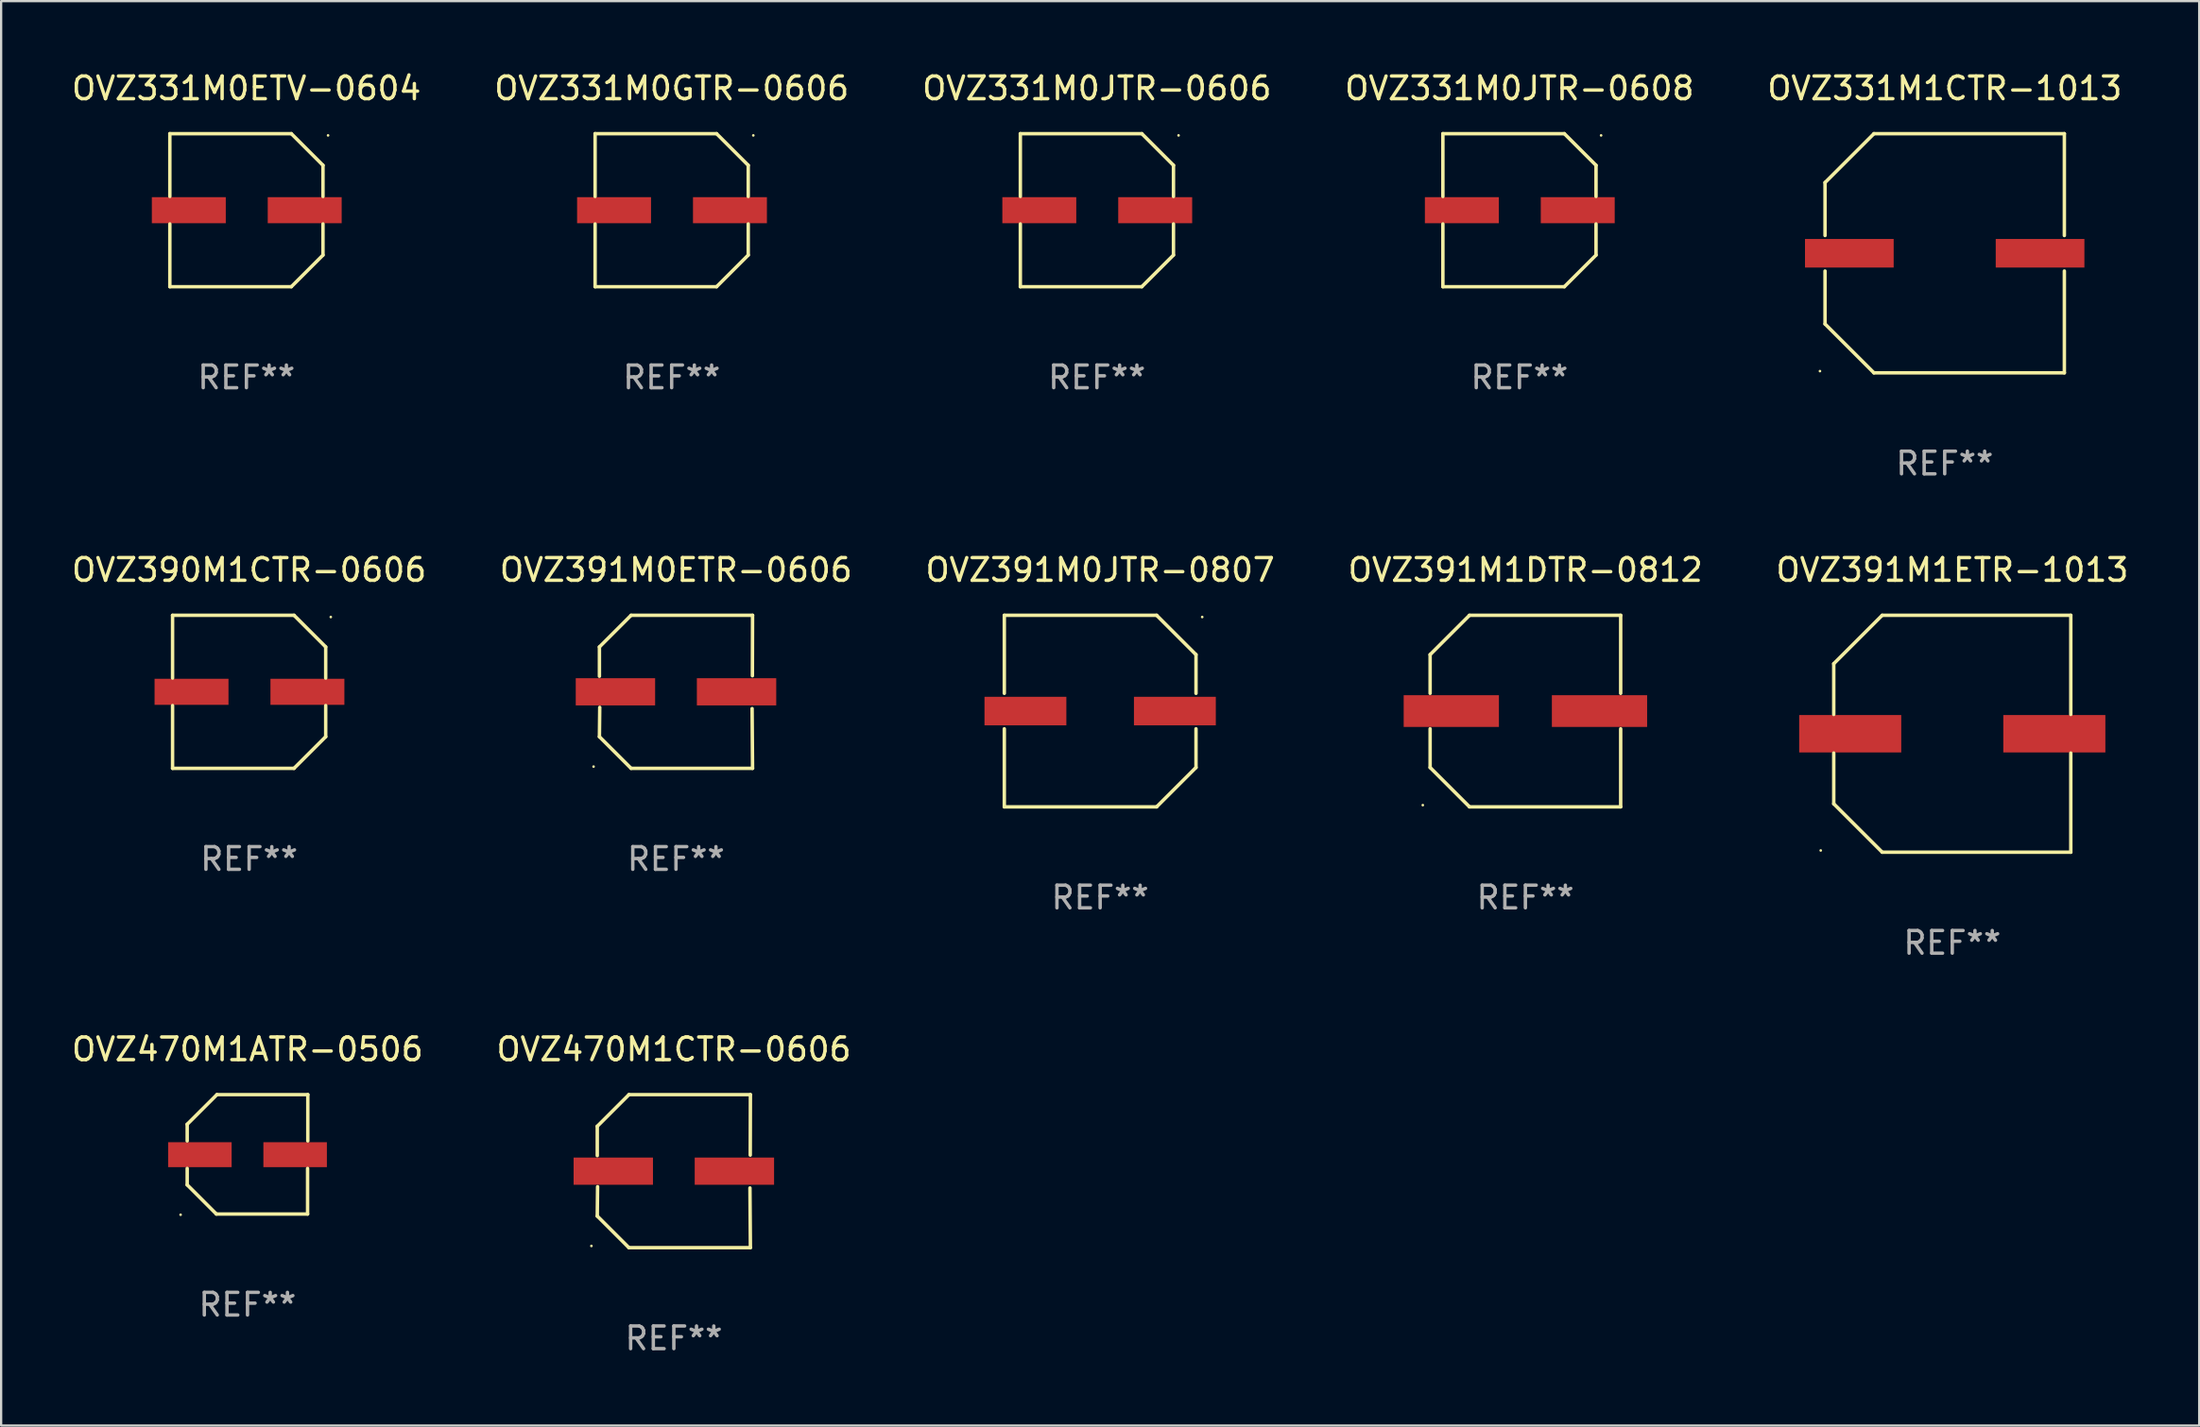
<source format=kicad_pcb>
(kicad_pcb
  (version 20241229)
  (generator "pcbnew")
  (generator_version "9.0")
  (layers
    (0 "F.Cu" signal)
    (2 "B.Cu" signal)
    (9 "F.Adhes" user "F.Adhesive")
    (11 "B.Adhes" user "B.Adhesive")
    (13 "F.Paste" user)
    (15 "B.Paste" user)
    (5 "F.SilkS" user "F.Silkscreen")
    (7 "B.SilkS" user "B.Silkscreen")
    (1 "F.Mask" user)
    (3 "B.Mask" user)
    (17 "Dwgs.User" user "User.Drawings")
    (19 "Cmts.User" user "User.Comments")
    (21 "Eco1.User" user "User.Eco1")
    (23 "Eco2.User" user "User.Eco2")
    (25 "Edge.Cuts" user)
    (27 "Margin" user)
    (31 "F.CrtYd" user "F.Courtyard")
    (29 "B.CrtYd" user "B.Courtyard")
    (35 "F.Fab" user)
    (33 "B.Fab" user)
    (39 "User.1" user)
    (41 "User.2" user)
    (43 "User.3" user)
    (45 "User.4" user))
  (footprint "OVZ331M0ETV-0604"
    (layer "F.Cu")
    (at 7.815 6.224)
    (property "Reference" "OVZ331M0ETV-0604" (at 0 -5.376 0) (layer "F.SilkS") (effects (font (size 1 1) (thickness 0.15))))
    (attr through_hole)
    (fp_line (start -3.376 -3.376) (end 1.98 -3.376) (stroke (width 0.152) (type solid)) (layer "F.SilkS"))
    (fp_line (start -3.376 -0.607) (end -3.376 -3.376) (stroke (width 0.152) (type solid)) (layer "F.SilkS"))
    (fp_line (start -3.376 0.607) (end -3.376 3.376) (stroke (width 0.152) (type solid)) (layer "F.SilkS"))
    (fp_line (start -3.376 3.376) (end 1.98 3.376) (stroke (width 0.152) (type solid)) (layer "F.SilkS"))
    (fp_line (start 1.98 -3.376) (end 3.376 -1.98) (stroke (width 0.152) (type solid)) (layer "F.SilkS"))
    (fp_line (start 1.98 3.376) (end 3.376 1.98) (stroke (width 0.152) (type solid)) (layer "F.SilkS"))
    (fp_line (start 3.376 -1.98) (end 3.376 -0.607) (stroke (width 0.152) (type solid)) (layer "F.SilkS"))
    (fp_line (start 3.376 1.98) (end 3.376 0.607) (stroke (width 0.152) (type solid)) (layer "F.SilkS"))
    (fp_circle (center 3.6 -3.3) (end 3.63 -3.3) (stroke (width 0.06) (type solid)) (fill no) (layer "F.SilkS"))
    (fp_text user "REF**" (at 0 7.376 0) (layer "F.Fab") (effects (font (size 1 1) (thickness 0.15))))
    (pad "1" smd rect (at 2.57 0 180) (size 3.26 1.15) (layers "F.Cu" "F.Mask" "F.Paste"))
    (pad "2" smd rect (at -2.54 0 180) (size 3.26 1.15) (layers "F.Cu" "F.Mask" "F.Paste")))
  (footprint "OVZ391M0JTR-0807"
    (layer "F.Cu")
    (at 45.458 28.323)
    (property "Reference" "OVZ391M0JTR-0807" (at 0 -6.226 0) (layer "F.SilkS") (effects (font (size 1 1) (thickness 0.15))))
    (attr through_hole)
    (fp_line (start -4.226 -4.226) (end 2.49 -4.226) (stroke (width 0.152) (type solid)) (layer "F.SilkS"))
    (fp_line (start -4.226 -0.782) (end -4.226 -4.226) (stroke (width 0.152) (type solid)) (layer "F.SilkS"))
    (fp_line (start -4.226 0.782) (end -4.226 4.226) (stroke (width 0.152) (type solid)) (layer "F.SilkS"))
    (fp_line (start -4.226 4.226) (end 2.49 4.226) (stroke (width 0.152) (type solid)) (layer "F.SilkS"))
    (fp_line (start 2.49 -4.226) (end 4.226 -2.49) (stroke (width 0.152) (type solid)) (layer "F.SilkS"))
    (fp_line (start 2.49 4.226) (end 4.226 2.49) (stroke (width 0.152) (type solid)) (layer "F.SilkS"))
    (fp_line (start 4.226 -2.49) (end 4.226 -0.782) (stroke (width 0.152) (type solid)) (layer "F.SilkS"))
    (fp_line (start 4.226 2.49) (end 4.226 0.782) (stroke (width 0.152) (type solid)) (layer "F.SilkS"))
    (fp_circle (center 4.5 -4.15) (end 4.53 -4.15) (stroke (width 0.06) (type solid)) (fill no) (layer "F.SilkS"))
    (fp_text user "REF**" (at 0 8.226 0) (layer "F.Fab") (effects (font (size 1 1) (thickness 0.15))))
    (pad "1" smd rect (at 3.295 0 180) (size 3.61 1.26) (layers "F.Cu" "F.Mask" "F.Paste"))
    (pad "2" smd rect (at -3.295 0 180) (size 3.61 1.26) (layers "F.Cu" "F.Mask" "F.Paste")))
  (footprint "OVZ331M1CTR-1013"
    (layer "F.Cu")
    (at 82.696 8.124)
    (property "Reference" "OVZ331M1CTR-1013" (at 0 -7.276 0) (layer "F.SilkS") (effects (font (size 1 1) (thickness 0.15))))
    (attr through_hole)
    (fp_line (start -5.276 -3.12) (end -3.12 -5.276) (stroke (width 0.152) (type solid)) (layer "F.SilkS"))
    (fp_line (start -5.276 -0.783) (end -5.276 -3.12) (stroke (width 0.152) (type solid)) (layer "F.SilkS"))
    (fp_line (start -5.276 0.783) (end -5.276 3.12) (stroke (width 0.152) (type solid)) (layer "F.SilkS"))
    (fp_line (start -5.276 3.12) (end -3.12 5.276) (stroke (width 0.152) (type solid)) (layer "F.SilkS"))
    (fp_line (start -3.12 -5.276) (end 5.276 -5.276) (stroke (width 0.152) (type solid)) (layer "F.SilkS"))
    (fp_line (start -3.12 5.276) (end 5.276 5.276) (stroke (width 0.152) (type solid)) (layer "F.SilkS"))
    (fp_line (start 5.276 -5.276) (end 5.276 -0.783) (stroke (width 0.152) (type solid)) (layer "F.SilkS"))
    (fp_line (start 5.276 5.276) (end 5.276 0.783) (stroke (width 0.152) (type solid)) (layer "F.SilkS"))
    (fp_circle (center -5.5 5.2) (end -5.47 5.2) (stroke (width 0.06) (type solid)) (fill no) (layer "F.SilkS"))
    (fp_text user "REF**" (at 0 9.276 0) (layer "F.Fab") (effects (font (size 1 1) (thickness 0.15))))
    (pad "1" smd rect (at -4.205 0) (size 3.91 1.261) (layers "F.Cu" "F.Mask" "F.Paste"))
    (pad "2" smd rect (at 4.205 0) (size 3.91 1.261) (layers "F.Cu" "F.Mask" "F.Paste")))
  (footprint "OVZ331M0JTR-0608"
    (layer "F.Cu")
    (at 63.946 6.224)
    (property "Reference" "OVZ331M0JTR-0608" (at 0 -5.376 0) (layer "F.SilkS") (effects (font (size 1 1) (thickness 0.15))))
    (attr through_hole)
    (fp_line (start -3.376 -3.376) (end 1.98 -3.376) (stroke (width 0.152) (type solid)) (layer "F.SilkS"))
    (fp_line (start -3.376 -0.607) (end -3.376 -3.376) (stroke (width 0.152) (type solid)) (layer "F.SilkS"))
    (fp_line (start -3.376 0.607) (end -3.376 3.376) (stroke (width 0.152) (type solid)) (layer "F.SilkS"))
    (fp_line (start -3.376 3.376) (end 1.98 3.376) (stroke (width 0.152) (type solid)) (layer "F.SilkS"))
    (fp_line (start 1.98 -3.376) (end 3.376 -1.98) (stroke (width 0.152) (type solid)) (layer "F.SilkS"))
    (fp_line (start 1.98 3.376) (end 3.376 1.98) (stroke (width 0.152) (type solid)) (layer "F.SilkS"))
    (fp_line (start 3.376 -1.98) (end 3.376 -0.607) (stroke (width 0.152) (type solid)) (layer "F.SilkS"))
    (fp_line (start 3.376 1.98) (end 3.376 0.607) (stroke (width 0.152) (type solid)) (layer "F.SilkS"))
    (fp_circle (center 3.6 -3.3) (end 3.63 -3.3) (stroke (width 0.06) (type solid)) (fill no) (layer "F.SilkS"))
    (fp_text user "REF**" (at 0 7.376 0) (layer "F.Fab") (effects (font (size 1 1) (thickness 0.15))))
    (pad "1" smd rect (at 2.57 0 180) (size 3.26 1.15) (layers "F.Cu" "F.Mask" "F.Paste"))
    (pad "2" smd rect (at -2.54 0 180) (size 3.26 1.15) (layers "F.Cu" "F.Mask" "F.Paste")))
  (footprint "OVZ391M0ETR-0606"
    (layer "F.Cu")
    (at 26.756 27.473)
    (property "Reference" "OVZ391M0ETR-0606" (at 0 -5.376 0) (layer "F.SilkS") (effects (font (size 1 1) (thickness 0.15))))
    (attr through_hole)
    (fp_line (start -3.376 -1.98) (end -3.376 -0.686) (stroke (width 0.152) (type solid)) (layer "F.SilkS"))
    (fp_line (start -3.376 1.981) (end -3.362 0.686) (stroke (width 0.152) (type solid)) (layer "F.SilkS"))
    (fp_line (start -1.981 3.376) (end -3.376 1.981) (stroke (width 0.152) (type solid)) (layer "F.SilkS"))
    (fp_line (start -1.98 -3.376) (end -3.376 -1.98) (stroke (width 0.152) (type solid)) (layer "F.SilkS"))
    (fp_line (start 3.356 0.74) (end 3.376 3.376) (stroke (width 0.152) (type solid)) (layer "F.SilkS"))
    (fp_line (start 3.369 -0.707) (end 3.376 -3.376) (stroke (width 0.152) (type solid)) (layer "F.SilkS"))
    (fp_line (start 3.376 3.376) (end -1.981 3.376) (stroke (width 0.152) (type solid)) (layer "F.SilkS"))
    (fp_line (start 3.376 -3.376) (end -1.98 -3.376) (stroke (width 0.152) (type solid)) (layer "F.SilkS"))
    (fp_circle (center -3.634 3.3) (end -3.604 3.3) (stroke (width 0.06) (type solid)) (fill no) (layer "F.SilkS"))
    (fp_text user "REF**" (at 0 7.376 0) (layer "F.Fab") (effects (font (size 1 1) (thickness 0.15))))
    (pad "1" smd rect (at -2.67 0.000254) (size 3.5 1.2) (layers "F.Cu" "F.Mask" "F.Paste"))
    (pad "2" smd rect (at 2.67 0.000254) (size 3.5 1.2) (layers "F.Cu" "F.Mask" "F.Paste")))
  (footprint "OVZ391M1ETR-1013"
    (layer "F.Cu")
    (at 83.03 29.323)
    (property "Reference" "OVZ391M1ETR-1013" (at 0 -7.226 0) (layer "F.SilkS") (effects (font (size 1 1) (thickness 0.15))))
    (attr through_hole)
    (fp_line (start -5.226 -3.09) (end -5.226 -0.852) (stroke (width 0.152) (type solid)) (layer "F.SilkS"))
    (fp_line (start -5.226 3.09) (end -5.226 0.852) (stroke (width 0.152) (type solid)) (layer "F.SilkS"))
    (fp_line (start -3.09 -5.226) (end -5.226 -3.09) (stroke (width 0.152) (type solid)) (layer "F.SilkS"))
    (fp_line (start -3.09 5.226) (end -5.226 3.09) (stroke (width 0.152) (type solid)) (layer "F.SilkS"))
    (fp_line (start 5.226 -5.226) (end -3.09 -5.226) (stroke (width 0.152) (type solid)) (layer "F.SilkS"))
    (fp_line (start 5.226 -0.852) (end 5.226 -5.226) (stroke (width 0.152) (type solid)) (layer "F.SilkS"))
    (fp_line (start 5.226 0.852) (end 5.226 5.226) (stroke (width 0.152) (type solid)) (layer "F.SilkS"))
    (fp_line (start 5.226 5.226) (end -3.09 5.226) (stroke (width 0.152) (type solid)) (layer "F.SilkS"))
    (fp_circle (center -5.8 5.15) (end -5.77 5.15) (stroke (width 0.06) (type solid)) (fill no) (layer "F.SilkS"))
    (fp_text user "REF**" (at 0 9.226 0) (layer "F.Fab") (effects (font (size 1 1) (thickness 0.15))))
    (pad "1" smd rect (at -4.5 0) (size 4.5 1.65) (layers "F.Cu" "F.Mask" "F.Paste"))
    (pad "2" smd rect (at 4.5 0) (size 4.5 1.65) (layers "F.Cu" "F.Mask" "F.Paste")))
  (footprint "OVZ470M1ATR-0506"
    (layer "F.Cu")
    (at 7.863 47.88)
    (property "Reference" "OVZ470M1ATR-0506" (at 0 -4.634 0) (layer "F.SilkS") (effects (font (size 1 1) (thickness 0.15))))
    (attr through_hole)
    (fp_line (start -2.659 -1.326) (end -2.659 -0.592) (stroke (width 0.152) (type solid)) (layer "F.SilkS"))
    (fp_line (start -2.659 1.346) (end -2.659 0.622) (stroke (width 0.152) (type solid)) (layer "F.SilkS"))
    (fp_line (start -1.372 2.634) (end -2.659 1.346) (stroke (width 0.152) (type solid)) (layer "F.SilkS"))
    (fp_line (start -1.349 -2.634) (end -2.659 -1.326) (stroke (width 0.152) (type solid)) (layer "F.SilkS"))
    (fp_line (start 2.649 0.622) (end 2.649 2.634) (stroke (width 0.152) (type solid)) (layer "F.SilkS"))
    (fp_line (start 2.649 2.634) (end -1.372 2.634) (stroke (width 0.152) (type solid)) (layer "F.SilkS"))
    (fp_line (start 2.659 -2.634) (end -1.349 -2.634) (stroke (width 0.152) (type solid)) (layer "F.SilkS"))
    (fp_line (start 2.659 -0.592) (end 2.659 -2.634) (stroke (width 0.152) (type solid)) (layer "F.SilkS"))
    (fp_circle (center -2.95 2.665) (end -2.92 2.665) (stroke (width 0.06) (type solid)) (fill no) (layer "F.SilkS"))
    (fp_text user "REF**" (at 0 6.634 0) (layer "F.Fab") (effects (font (size 1 1) (thickness 0.15))))
    (pad "1" smd rect (at -2.1 0.015) (size 2.8 1.1) (layers "F.Cu" "F.Mask" "F.Paste"))
    (pad "2" smd rect (at 2.1 0.015) (size 2.8 1.1) (layers "F.Cu" "F.Mask" "F.Paste")))
  (footprint "OVZ390M1CTR-0606"
    (layer "F.Cu")
    (at 7.935 27.473)
    (property "Reference" "OVZ390M1CTR-0606" (at 0 -5.376 0) (layer "F.SilkS") (effects (font (size 1 1) (thickness 0.15))))
    (attr through_hole)
    (fp_line (start -3.376 -3.376) (end 1.98 -3.376) (stroke (width 0.152) (type solid)) (layer "F.SilkS"))
    (fp_line (start -3.376 -0.607) (end -3.376 -3.376) (stroke (width 0.152) (type solid)) (layer "F.SilkS"))
    (fp_line (start -3.376 0.607) (end -3.376 3.376) (stroke (width 0.152) (type solid)) (layer "F.SilkS"))
    (fp_line (start -3.376 3.376) (end 1.98 3.376) (stroke (width 0.152) (type solid)) (layer "F.SilkS"))
    (fp_line (start 1.98 -3.376) (end 3.376 -1.98) (stroke (width 0.152) (type solid)) (layer "F.SilkS"))
    (fp_line (start 1.98 3.376) (end 3.376 1.98) (stroke (width 0.152) (type solid)) (layer "F.SilkS"))
    (fp_line (start 3.376 -1.98) (end 3.376 -0.607) (stroke (width 0.152) (type solid)) (layer "F.SilkS"))
    (fp_line (start 3.376 1.98) (end 3.376 0.607) (stroke (width 0.152) (type solid)) (layer "F.SilkS"))
    (fp_circle (center 3.6 -3.3) (end 3.63 -3.3) (stroke (width 0.06) (type solid)) (fill no) (layer "F.SilkS"))
    (fp_text user "REF**" (at 0 7.376 0) (layer "F.Fab") (effects (font (size 1 1) (thickness 0.15))))
    (pad "1" smd rect (at 2.57 0 180) (size 3.26 1.15) (layers "F.Cu" "F.Mask" "F.Paste"))
    (pad "2" smd rect (at -2.54 0 180) (size 3.26 1.15) (layers "F.Cu" "F.Mask" "F.Paste")))
  (footprint "OVZ391M1DTR-0812"
    (layer "F.Cu")
    (at 64.208 28.323)
    (property "Reference" "OVZ391M1DTR-0812" (at 0 -6.226 0) (layer "F.SilkS") (effects (font (size 1 1) (thickness 0.15))))
    (attr through_hole)
    (fp_line (start -4.201 -2.49) (end -4.201 -0.782) (stroke (width 0.152) (type solid)) (layer "F.SilkS"))
    (fp_line (start -4.201 2.49) (end -4.201 0.782) (stroke (width 0.152) (type solid)) (layer "F.SilkS"))
    (fp_line (start -2.465 -4.226) (end -4.201 -2.49) (stroke (width 0.152) (type solid)) (layer "F.SilkS"))
    (fp_line (start -2.465 4.226) (end -4.201 2.49) (stroke (width 0.152) (type solid)) (layer "F.SilkS"))
    (fp_line (start 4.201 -4.226) (end -2.465 -4.226) (stroke (width 0.152) (type solid)) (layer "F.SilkS"))
    (fp_line (start 4.201 -0.782) (end 4.201 -4.226) (stroke (width 0.152) (type solid)) (layer "F.SilkS"))
    (fp_line (start 4.201 0.782) (end 4.201 4.226) (stroke (width 0.152) (type solid)) (layer "F.SilkS"))
    (fp_line (start 4.201 4.226) (end -2.465 4.226) (stroke (width 0.152) (type solid)) (layer "F.SilkS"))
    (fp_circle (center -4.524 4.15) (end -4.494 4.15) (stroke (width 0.06) (type solid)) (fill no) (layer "F.SilkS"))
    (fp_text user "REF**" (at 0 8.226 0) (layer "F.Fab") (effects (font (size 1 1) (thickness 0.15))))
    (pad "1" smd rect (at -3.267 0) (size 4.2 1.4) (layers "F.Cu" "F.Mask" "F.Paste"))
    (pad "2" smd rect (at 3.267 0) (size 4.2 1.4) (layers "F.Cu" "F.Mask" "F.Paste")))
  (footprint "OVZ331M0GTR-0606"
    (layer "F.Cu")
    (at 26.565 6.224)
    (property "Reference" "OVZ331M0GTR-0606" (at 0 -5.376 0) (layer "F.SilkS") (effects (font (size 1 1) (thickness 0.15))))
    (attr through_hole)
    (fp_line (start -3.376 -3.376) (end 1.98 -3.376) (stroke (width 0.152) (type solid)) (layer "F.SilkS"))
    (fp_line (start -3.376 -0.607) (end -3.376 -3.376) (stroke (width 0.152) (type solid)) (layer "F.SilkS"))
    (fp_line (start -3.376 0.607) (end -3.376 3.376) (stroke (width 0.152) (type solid)) (layer "F.SilkS"))
    (fp_line (start -3.376 3.376) (end 1.98 3.376) (stroke (width 0.152) (type solid)) (layer "F.SilkS"))
    (fp_line (start 1.98 -3.376) (end 3.376 -1.98) (stroke (width 0.152) (type solid)) (layer "F.SilkS"))
    (fp_line (start 1.98 3.376) (end 3.376 1.98) (stroke (width 0.152) (type solid)) (layer "F.SilkS"))
    (fp_line (start 3.376 -1.98) (end 3.376 -0.607) (stroke (width 0.152) (type solid)) (layer "F.SilkS"))
    (fp_line (start 3.376 1.98) (end 3.376 0.607) (stroke (width 0.152) (type solid)) (layer "F.SilkS"))
    (fp_circle (center 3.6 -3.3) (end 3.63 -3.3) (stroke (width 0.06) (type solid)) (fill no) (layer "F.SilkS"))
    (fp_text user "REF**" (at 0 7.376 0) (layer "F.Fab") (effects (font (size 1 1) (thickness 0.15))))
    (pad "1" smd rect (at 2.57 0 180) (size 3.26 1.15) (layers "F.Cu" "F.Mask" "F.Paste"))
    (pad "2" smd rect (at -2.54 0 180) (size 3.26 1.15) (layers "F.Cu" "F.Mask" "F.Paste")))
  (footprint "OVZ470M1CTR-0606"
    (layer "F.Cu")
    (at 26.661 48.622)
    (property "Reference" "OVZ470M1CTR-0606" (at 0 -5.376 0) (layer "F.SilkS") (effects (font (size 1 1) (thickness 0.15))))
    (attr through_hole)
    (fp_line (start -3.376 -1.98) (end -3.376 -0.686) (stroke (width 0.152) (type solid)) (layer "F.SilkS"))
    (fp_line (start -3.376 1.981) (end -3.362 0.686) (stroke (width 0.152) (type solid)) (layer "F.SilkS"))
    (fp_line (start -1.981 3.376) (end -3.376 1.981) (stroke (width 0.152) (type solid)) (layer "F.SilkS"))
    (fp_line (start -1.98 -3.376) (end -3.376 -1.98) (stroke (width 0.152) (type solid)) (layer "F.SilkS"))
    (fp_line (start 3.356 0.74) (end 3.376 3.376) (stroke (width 0.152) (type solid)) (layer "F.SilkS"))
    (fp_line (start 3.369 -0.707) (end 3.376 -3.376) (stroke (width 0.152) (type solid)) (layer "F.SilkS"))
    (fp_line (start 3.376 3.376) (end -1.981 3.376) (stroke (width 0.152) (type solid)) (layer "F.SilkS"))
    (fp_line (start 3.376 -3.376) (end -1.98 -3.376) (stroke (width 0.152) (type solid)) (layer "F.SilkS"))
    (fp_circle (center -3.634 3.3) (end -3.604 3.3) (stroke (width 0.06) (type solid)) (fill no) (layer "F.SilkS"))
    (fp_text user "REF**" (at 0 7.376 0) (layer "F.Fab") (effects (font (size 1 1) (thickness 0.15))))
    (pad "1" smd rect (at -2.67 0.000254) (size 3.5 1.2) (layers "F.Cu" "F.Mask" "F.Paste"))
    (pad "2" smd rect (at 2.67 0.000254) (size 3.5 1.2) (layers "F.Cu" "F.Mask" "F.Paste")))
  (footprint "OVZ331M0JTR-0606"
    (layer "F.Cu")
    (at 45.315 6.224)
    (property "Reference" "OVZ331M0JTR-0606" (at 0 -5.376 0) (layer "F.SilkS") (effects (font (size 1 1) (thickness 0.15))))
    (attr through_hole)
    (fp_line (start -3.376 -3.376) (end 1.98 -3.376) (stroke (width 0.152) (type solid)) (layer "F.SilkS"))
    (fp_line (start -3.376 -0.607) (end -3.376 -3.376) (stroke (width 0.152) (type solid)) (layer "F.SilkS"))
    (fp_line (start -3.376 0.607) (end -3.376 3.376) (stroke (width 0.152) (type solid)) (layer "F.SilkS"))
    (fp_line (start -3.376 3.376) (end 1.98 3.376) (stroke (width 0.152) (type solid)) (layer "F.SilkS"))
    (fp_line (start 1.98 -3.376) (end 3.376 -1.98) (stroke (width 0.152) (type solid)) (layer "F.SilkS"))
    (fp_line (start 1.98 3.376) (end 3.376 1.98) (stroke (width 0.152) (type solid)) (layer "F.SilkS"))
    (fp_line (start 3.376 -1.98) (end 3.376 -0.607) (stroke (width 0.152) (type solid)) (layer "F.SilkS"))
    (fp_line (start 3.376 1.98) (end 3.376 0.607) (stroke (width 0.152) (type solid)) (layer "F.SilkS"))
    (fp_circle (center 3.6 -3.3) (end 3.63 -3.3) (stroke (width 0.06) (type solid)) (fill no) (layer "F.SilkS"))
    (fp_text user "REF**" (at 0 7.376 0) (layer "F.Fab") (effects (font (size 1 1) (thickness 0.15))))
    (pad "1" smd rect (at 2.57 0 180) (size 3.26 1.15) (layers "F.Cu" "F.Mask" "F.Paste"))
    (pad "2" smd rect (at -2.54 0 180) (size 3.26 1.15) (layers "F.Cu" "F.Mask" "F.Paste")))
  (gr_rect
    (start -3 -3)
    (end 93.917 59.846)
    (stroke (width 0.1) (type default))
    (fill no)
    (layer "Edge.Cuts")))
</source>
